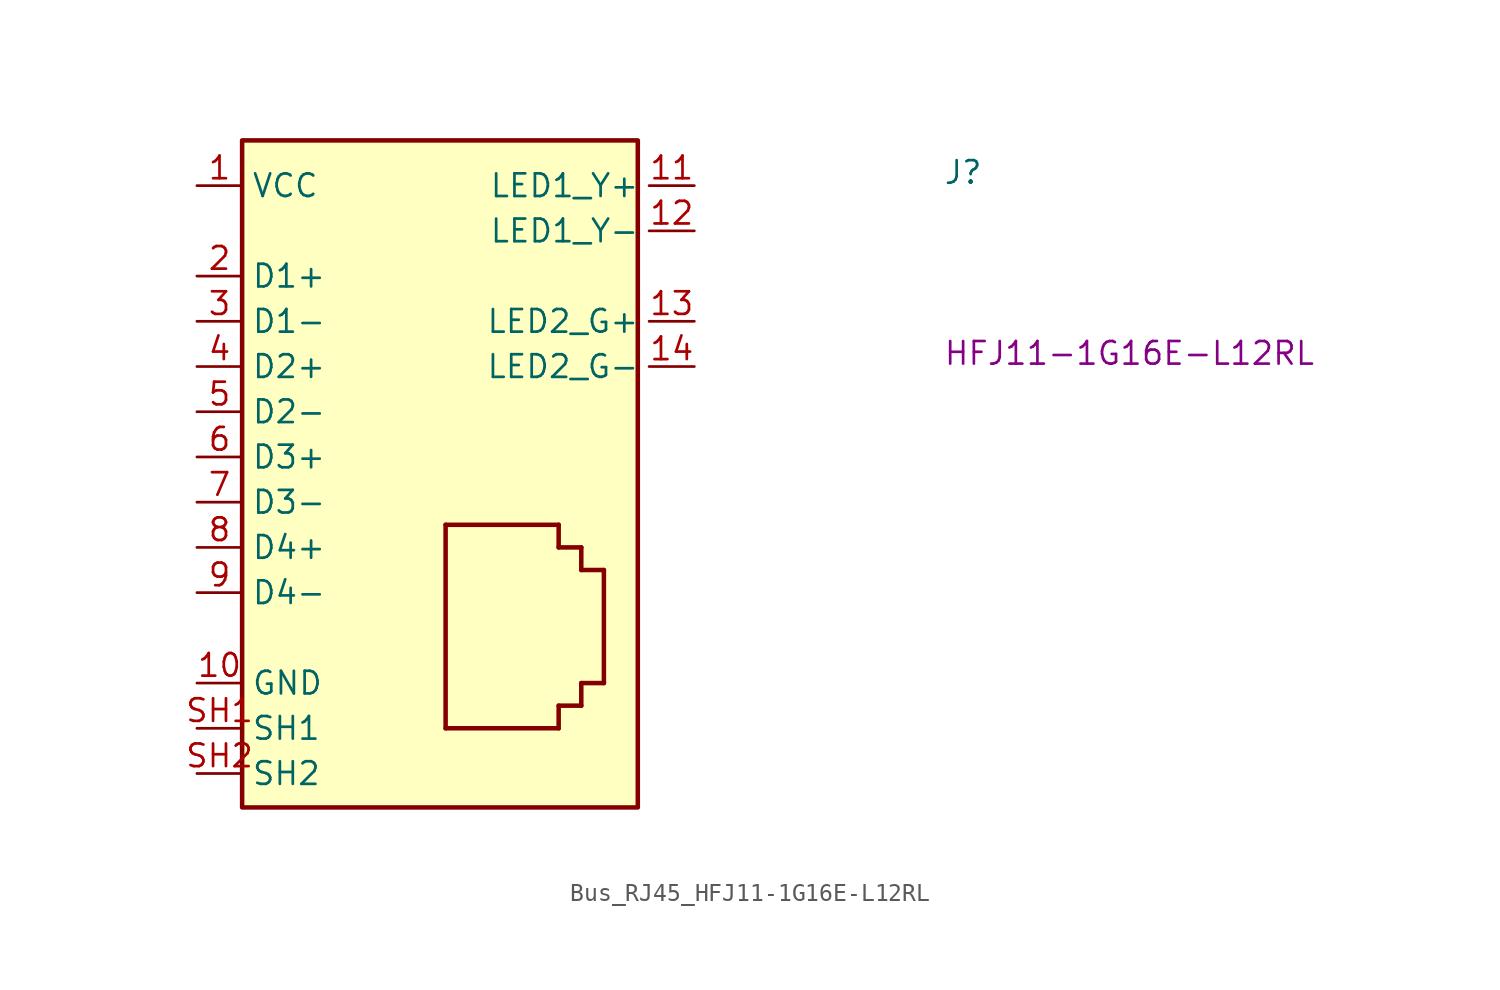
<source format=kicad_sym>
(kicad_symbol_lib
  (version 20220914)
  (generator kicad_symbol_editor)
  (symbol "Bus_RJ45_HFJ11-1G16E-L12RL"
    (property "Reference" "J"
      (at 41.91 0 0)
      (effects (font (size 1.27 1.27) (thickness 0.15)) (justify left bottom)))
    (property "MPN" "HFJ11-1G16E-L12RL"
      (at 41.91 -10.16 0)
      (effects (font (size 1.27 1.27) (thickness 0.15)) (justify left bottom)))
    (symbol "Bus_RJ45_HFJ11-1G16E-L12RL_1_1"
      (polyline (pts (xy 13.97 -30.48) (xy 13.97 -19.05)) (stroke (width 0.254) (type default)) (fill (type background)))
      (polyline (pts (xy 13.97 -19.05) (xy 20.32 -19.05)) (stroke (width 0.254) (type default)) (fill (type background)))
      (polyline (pts (xy 20.32 -30.48) (xy 13.97 -30.48)) (stroke (width 0.254) (type default)) (fill (type background)))
      (polyline (pts (xy 20.32 -30.48) (xy 20.32 -29.21)) (stroke (width 0.254) (type default)) (fill (type background)))
      (polyline (pts (xy 20.32 -29.21) (xy 21.59 -29.21)) (stroke (width 0.254) (type default)) (fill (type background)))
      (polyline (pts (xy 20.32 -20.32) (xy 21.59 -20.32)) (stroke (width 0.254) (type default)) (fill (type background)))
      (polyline (pts (xy 20.32 -19.05) (xy 20.32 -20.32)) (stroke (width 0.254) (type default)) (fill (type background)))
      (polyline (pts (xy 21.59 -29.21) (xy 21.59 -27.94)) (stroke (width 0.254) (type default)) (fill (type background)))
      (polyline (pts (xy 21.59 -27.94) (xy 22.86 -27.94)) (stroke (width 0.254) (type default)) (fill (type background)))
      (polyline (pts (xy 21.59 -21.59) (xy 22.86 -21.59)) (stroke (width 0.254) (type default)) (fill (type background)))
      (polyline (pts (xy 21.59 -20.32) (xy 21.59 -21.59)) (stroke (width 0.254) (type default)) (fill (type background)))
      (polyline (pts (xy 22.86 -21.59) (xy 22.86 -27.94)) (stroke (width 0.254) (type default)) (fill (type background)))
      (rectangle (start 2.54 2.54) (end 24.765 -34.925) (stroke (width 0.254) (type default)) (fill (type background)))
      (pin power_in line (at 0 0 0) (length 2.54) (name "VCC" (effects (font (size 1.27 1.27)))) (number "1" (effects (font (size 1.27 1.27)))))
      (pin power_in line (at 0 -27.94 0) (length 2.54) (name "GND" (effects (font (size 1.27 1.27)))) (number "10" (effects (font (size 1.27 1.27)))))
      (pin passive line (at 27.94 0 180) (length 2.54) (name "LED1_Y+" (effects (font (size 1.27 1.27)))) (number "11" (effects (font (size 1.27 1.27)))))
      (pin passive line (at 27.94 -2.54 180) (length 2.54) (name "LED1_Y-" (effects (font (size 1.27 1.27)))) (number "12" (effects (font (size 1.27 1.27)))))
      (pin passive line (at 27.94 -7.62 180) (length 2.54) (name "LED2_G+" (effects (font (size 1.27 1.27)))) (number "13" (effects (font (size 1.27 1.27)))))
      (pin passive line (at 27.94 -10.16 180) (length 2.54) (name "LED2_G-" (effects (font (size 1.27 1.27)))) (number "14" (effects (font (size 1.27 1.27)))))
      (pin bidirectional line (at 0 -5.08 0) (length 2.54) (name "D1+" (effects (font (size 1.27 1.27)))) (number "2" (effects (font (size 1.27 1.27)))))
      (pin bidirectional line (at 0 -7.62 0) (length 2.54) (name "D1-" (effects (font (size 1.27 1.27)))) (number "3" (effects (font (size 1.27 1.27)))))
      (pin bidirectional line (at 0 -10.16 0) (length 2.54) (name "D2+" (effects (font (size 1.27 1.27)))) (number "4" (effects (font (size 1.27 1.27)))))
      (pin bidirectional line (at 0 -12.7 0) (length 2.54) (name "D2-" (effects (font (size 1.27 1.27)))) (number "5" (effects (font (size 1.27 1.27)))))
      (pin bidirectional line (at 0 -15.24 0) (length 2.54) (name "D3+" (effects (font (size 1.27 1.27)))) (number "6" (effects (font (size 1.27 1.27)))))
      (pin bidirectional line (at 0 -17.78 0) (length 2.54) (name "D3-" (effects (font (size 1.27 1.27)))) (number "7" (effects (font (size 1.27 1.27)))))
      (pin bidirectional line (at 0 -20.32 0) (length 2.54) (name "D4+" (effects (font (size 1.27 1.27)))) (number "8" (effects (font (size 1.27 1.27)))))
      (pin bidirectional line (at 0 -22.86 0) (length 2.54) (name "D4-" (effects (font (size 1.27 1.27)))) (number "9" (effects (font (size 1.27 1.27)))))
      (pin passive line (at 0 -30.48 0) (length 2.54) (name "SH1" (effects (font (size 1.27 1.27)))) (number "SH1" (effects (font (size 1.27 1.27)))))
      (pin passive line (at 0 -33.02 0) (length 2.54) (name "SH2" (effects (font (size 1.27 1.27)))) (number "SH2" (effects (font (size 1.27 1.27))))))))
</source>
